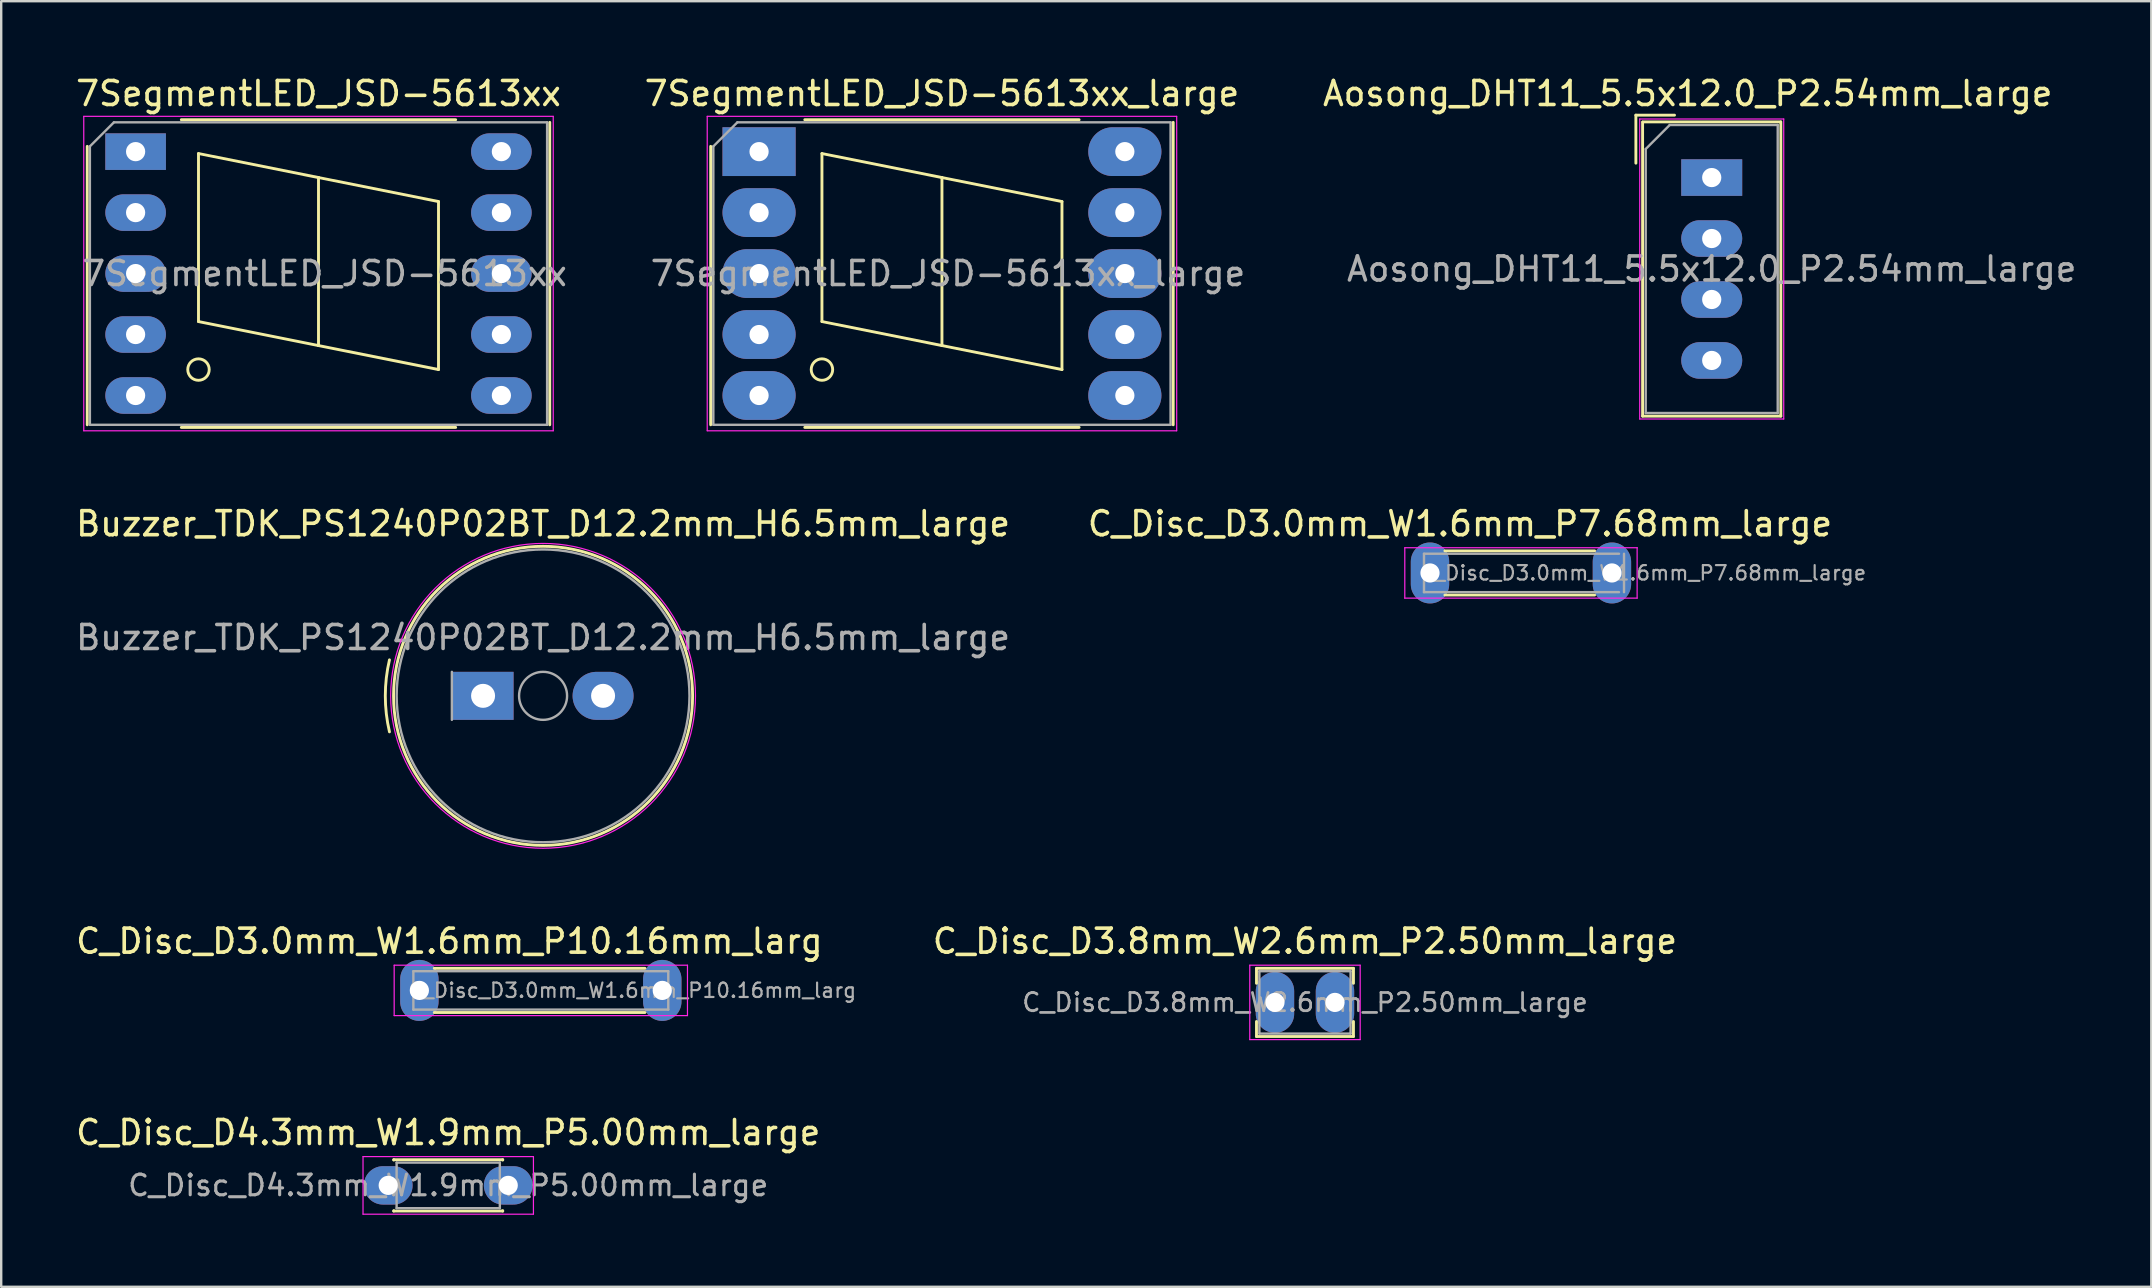
<source format=kicad_pcb>
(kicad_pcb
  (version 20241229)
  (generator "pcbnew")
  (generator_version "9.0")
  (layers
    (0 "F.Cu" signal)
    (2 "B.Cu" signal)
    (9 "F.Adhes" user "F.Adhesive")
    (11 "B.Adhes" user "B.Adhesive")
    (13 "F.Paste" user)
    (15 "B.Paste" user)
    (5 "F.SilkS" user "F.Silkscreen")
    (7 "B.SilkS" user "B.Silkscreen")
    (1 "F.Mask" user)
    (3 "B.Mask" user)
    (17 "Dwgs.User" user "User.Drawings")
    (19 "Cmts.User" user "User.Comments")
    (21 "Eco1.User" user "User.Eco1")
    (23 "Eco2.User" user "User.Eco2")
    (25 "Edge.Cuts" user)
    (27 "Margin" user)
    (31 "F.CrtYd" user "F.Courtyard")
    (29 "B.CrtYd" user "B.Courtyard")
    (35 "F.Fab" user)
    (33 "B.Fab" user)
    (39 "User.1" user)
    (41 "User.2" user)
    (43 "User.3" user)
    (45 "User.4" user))
  (footprint "C_Disc_D3.8mm_W2.6mm_P2.50mm_large"
    (layer "F.Cu")
    (at 50.071 38.715)
    (property "Reference" "C_Disc_D3.8mm_W2.6mm_P2.50mm_large" (at 1.25 -2.55 0) (layer "F.SilkS") (effects (font (size 1 1) (thickness 0.15))))
    (attr through_hole)
    (fp_line (start -0.77 -1.42) (end -0.77 -0.795) (stroke (width 0.12) (type solid)) (layer "F.SilkS"))
    (fp_line (start -0.77 -1.42) (end 3.27 -1.42) (stroke (width 0.12) (type solid)) (layer "F.SilkS"))
    (fp_line (start -0.77 0.795) (end -0.77 1.42) (stroke (width 0.12) (type solid)) (layer "F.SilkS"))
    (fp_line (start -0.77 1.42) (end 3.27 1.42) (stroke (width 0.12) (type solid)) (layer "F.SilkS"))
    (fp_line (start 3.27 -1.42) (end 3.27 -0.795) (stroke (width 0.12) (type solid)) (layer "F.SilkS"))
    (fp_line (start 3.27 0.795) (end 3.27 1.42) (stroke (width 0.12) (type solid)) (layer "F.SilkS"))
    (fp_line (start -1.05 -1.55) (end -1.05 1.55) (stroke (width 0.05) (type solid)) (layer "F.CrtYd"))
    (fp_line (start -1.05 1.55) (end 3.55 1.55) (stroke (width 0.05) (type solid)) (layer "F.CrtYd"))
    (fp_line (start 3.55 -1.55) (end -1.05 -1.55) (stroke (width 0.05) (type solid)) (layer "F.CrtYd"))
    (fp_line (start 3.55 1.55) (end 3.55 -1.55) (stroke (width 0.05) (type solid)) (layer "F.CrtYd"))
    (fp_line (start -0.65 -1.3) (end -0.65 1.3) (stroke (width 0.1) (type solid)) (layer "F.Fab"))
    (fp_line (start -0.65 1.3) (end 3.15 1.3) (stroke (width 0.1) (type solid)) (layer "F.Fab"))
    (fp_line (start 3.15 -1.3) (end -0.65 -1.3) (stroke (width 0.1) (type solid)) (layer "F.Fab"))
    (fp_line (start 3.15 1.3) (end 3.15 -1.3) (stroke (width 0.1) (type solid)) (layer "F.Fab"))
    (fp_text user "${REFERENCE}" (at 1.25 0 0) (layer "F.Fab") (effects (font (size 0.76 0.76) (thickness 0.114))))
    (pad "1" thru_hole oval (at 0 0) (size 1.6 2.54) (drill 0.8) (layers "*.Cu" "*.Mask"))
    (pad "2" thru_hole oval (at 2.5 0) (size 1.6 2.54) (drill 0.8) (layers "*.Cu" "*.Mask")))
  (footprint "C_Disc_D3.0mm_W1.6mm_P7.68mm_large"
    (layer "F.Cu")
    (at 56.53 20.822)
    (property "Reference" "C_Disc_D3.0mm_W1.6mm_P7.68mm_large" (at 1.25 -2.05 0) (layer "F.SilkS") (effects (font (size 1 1) (thickness 0.15))))
    (attr through_hole)
    (fp_line (start 0.621 -0.92) (end 6.858 -0.92) (stroke (width 0.12) (type solid)) (layer "F.SilkS"))
    (fp_line (start 0.621 0.92) (end 6.858 0.92) (stroke (width 0.12) (type solid)) (layer "F.SilkS"))
    (fp_line (start -1.05 -1.05) (end -1.05 1.05) (stroke (width 0.05) (type solid)) (layer "F.CrtYd"))
    (fp_line (start -1.05 1.05) (end 8.63 1.05) (stroke (width 0.05) (type solid)) (layer "F.CrtYd"))
    (fp_line (start 8.63 1.05) (end 8.63 -1.05) (stroke (width 0.05) (type solid)) (layer "F.CrtYd"))
    (fp_line (start 8.636 -1.05) (end -1.05 -1.05) (stroke (width 0.05) (type solid)) (layer "F.CrtYd"))
    (fp_line (start -0.25 -0.8) (end -0.25 0.8) (stroke (width 0.1) (type solid)) (layer "F.Fab"))
    (fp_line (start -0.25 0.8) (end 7.874 0.8) (stroke (width 0.1) (type solid)) (layer "F.Fab"))
    (fp_line (start 7.874 -0.8) (end -0.25 -0.8) (stroke (width 0.1) (type solid)) (layer "F.Fab"))
    (fp_line (start 8.084 0.8) (end 8.084 -0.8) (stroke (width 0.1) (type solid)) (layer "F.Fab"))
    (fp_text user "${REFERENCE}" (at 8.87 0 0) (layer "F.Fab") (effects (font (size 0.6 0.6) (thickness 0.09))))
    (pad "1" thru_hole oval (at 0 0) (size 1.6 2.54) (drill 0.8) (layers "*.Cu" "*.Mask"))
    (pad "2" thru_hole oval (at 7.58 0) (size 1.6 2.54) (drill 0.8) (layers "*.Cu" "*.Mask")))
  (footprint "C_Disc_D4.3mm_W1.9mm_P5.00mm_large"
    (layer "F.Cu")
    (at 13.125 46.338)
    (property "Reference" "C_Disc_D4.3mm_W1.9mm_P5.00mm_large" (at 2.5 -2.2 0) (layer "F.SilkS") (effects (font (size 1 1) (thickness 0.15))))
    (attr through_hole)
    (fp_line (start 0.23 -1.07) (end 0.23 -1.055) (stroke (width 0.12) (type solid)) (layer "F.SilkS"))
    (fp_line (start 0.23 -1.07) (end 4.77 -1.07) (stroke (width 0.12) (type solid)) (layer "F.SilkS"))
    (fp_line (start 0.23 1.055) (end 0.23 1.07) (stroke (width 0.12) (type solid)) (layer "F.SilkS"))
    (fp_line (start 0.23 1.07) (end 4.77 1.07) (stroke (width 0.12) (type solid)) (layer "F.SilkS"))
    (fp_line (start 4.77 -1.07) (end 4.77 -1.055) (stroke (width 0.12) (type solid)) (layer "F.SilkS"))
    (fp_line (start 4.77 1.055) (end 4.77 1.07) (stroke (width 0.12) (type solid)) (layer "F.SilkS"))
    (fp_line (start -1.05 -1.2) (end -1.05 1.2) (stroke (width 0.05) (type solid)) (layer "F.CrtYd"))
    (fp_line (start -1.05 1.2) (end 6.05 1.2) (stroke (width 0.05) (type solid)) (layer "F.CrtYd"))
    (fp_line (start 6.05 -1.2) (end -1.05 -1.2) (stroke (width 0.05) (type solid)) (layer "F.CrtYd"))
    (fp_line (start 6.05 1.2) (end 6.05 -1.2) (stroke (width 0.05) (type solid)) (layer "F.CrtYd"))
    (fp_line (start 0.35 -0.95) (end 0.35 0.95) (stroke (width 0.1) (type solid)) (layer "F.Fab"))
    (fp_line (start 0.35 0.95) (end 4.65 0.95) (stroke (width 0.1) (type solid)) (layer "F.Fab"))
    (fp_line (start 4.65 -0.95) (end 0.35 -0.95) (stroke (width 0.1) (type solid)) (layer "F.Fab"))
    (fp_line (start 4.65 0.95) (end 4.65 -0.95) (stroke (width 0.1) (type solid)) (layer "F.Fab"))
    (fp_text user "${REFERENCE}" (at 2.5 0 0) (layer "F.Fab") (effects (font (size 0.86 0.86) (thickness 0.129))))
    (pad "1" thru_hole oval (at 0 0) (size 2.032 1.6) (drill 0.8) (layers "*.Cu" "*.Mask"))
    (pad "2" thru_hole oval (at 5 0) (size 2.032 1.6) (drill 0.8) (layers "*.Cu" "*.Mask")))
  (footprint "7SegmentLED_JSD-5613xx"
    (layer "F.Cu")
    (at 2.6 3.268)
    (property "Reference" "7SegmentLED_JSD-5613xx" (at 7.62 -2.42 0) (layer "F.SilkS") (effects (font (size 1 1) (thickness 0.15))))
    (attr through_hole)
    (fp_line (start -2.015 -0.22) (end -2.015 11.38) (stroke (width 0.12) (type solid)) (layer "F.SilkS"))
    (fp_line (start 1.905 -1.33) (end 13.335 -1.33) (stroke (width 0.12) (type solid)) (layer "F.SilkS"))
    (fp_line (start 1.905 11.49) (end 13.335 11.49) (stroke (width 0.12) (type solid)) (layer "F.SilkS"))
    (fp_line (start 2.62 0.08) (end 2.62 7.08) (stroke (width 0.12) (type solid)) (layer "F.SilkS"))
    (fp_line (start 2.62 7.08) (end 7.62 8.08) (stroke (width 0.12) (type solid)) (layer "F.SilkS"))
    (fp_line (start 7.62 1.08) (end 2.62 0.08) (stroke (width 0.12) (type solid)) (layer "F.SilkS"))
    (fp_line (start 7.62 8.08) (end 7.62 1.08) (stroke (width 0.12) (type solid)) (layer "F.SilkS"))
    (fp_line (start 12.62 2.08) (end 7.62 1.08) (stroke (width 0.12) (type solid)) (layer "F.SilkS"))
    (fp_line (start 12.62 2.08) (end 12.62 9.08) (stroke (width 0.12) (type solid)) (layer "F.SilkS"))
    (fp_line (start 12.62 9.08) (end 7.62 8.08) (stroke (width 0.12) (type solid)) (layer "F.SilkS"))
    (fp_line (start 17.255 11.38) (end 17.255 -1.22) (stroke (width 0.12) (type solid)) (layer "F.SilkS"))
    (fp_circle (center 2.62 9.08) (end 3.067 9.08) (stroke (width 0.12) (type solid)) (fill no) (layer "F.SilkS"))
    (fp_line (start -2.16 -1.47) (end -2.16 11.63) (stroke (width 0.05) (type solid)) (layer "F.CrtYd"))
    (fp_line (start -2.16 -1.47) (end 17.4 -1.47) (stroke (width 0.05) (type solid)) (layer "F.CrtYd"))
    (fp_line (start -2.16 11.63) (end 17.4 11.63) (stroke (width 0.05) (type solid)) (layer "F.CrtYd"))
    (fp_line (start 17.4 -1.47) (end 17.4 11.63) (stroke (width 0.05) (type solid)) (layer "F.CrtYd"))
    (fp_line (start -1.905 -0.22) (end -1.905 11.38) (stroke (width 0.1) (type solid)) (layer "F.Fab"))
    (fp_line (start -1.905 11.38) (end 17.145 11.38) (stroke (width 0.1) (type solid)) (layer "F.Fab"))
    (fp_line (start -0.905 -1.22) (end -1.905 -0.22) (stroke (width 0.1) (type solid)) (layer "F.Fab"))
    (fp_line (start -0.905 -1.22) (end 17.145 -1.22) (stroke (width 0.1) (type solid)) (layer "F.Fab"))
    (fp_line (start 17.145 11.38) (end 17.145 -1.22) (stroke (width 0.1) (type solid)) (layer "F.Fab"))
    (fp_text user "${REFERENCE}" (at 7.87 5.08 0) (layer "F.Fab") (effects (font (size 1 1) (thickness 0.15))))
    (pad "1" thru_hole rect (at 0 0 270) (size 1.524 2.524) (drill 0.8) (layers "*.Cu" "*.Mask"))
    (pad "2" thru_hole oval (at 0 2.54 270) (size 1.524 2.524) (drill 0.8) (layers "*.Cu" "*.Mask"))
    (pad "3" thru_hole oval (at 0 5.08 270) (size 1.524 2.524) (drill 0.8) (layers "*.Cu" "*.Mask"))
    (pad "4" thru_hole oval (at 0 7.62 270) (size 1.524 2.524) (drill 0.8) (layers "*.Cu" "*.Mask"))
    (pad "5" thru_hole oval (at 0 10.16 270) (size 1.524 2.524) (drill 0.8) (layers "*.Cu" "*.Mask"))
    (pad "6" thru_hole oval (at 15.24 10.16 270) (size 1.524 2.524) (drill 0.8) (layers "*.Cu" "*.Mask"))
    (pad "7" thru_hole oval (at 15.24 7.62 270) (size 1.524 2.524) (drill 0.8) (layers "*.Cu" "*.Mask"))
    (pad "8" thru_hole oval (at 15.24 5.08 270) (size 1.524 2.524) (drill 0.8) (layers "*.Cu" "*.Mask"))
    (pad "9" thru_hole oval (at 15.24 2.54 270) (size 1.524 2.524) (drill 0.8) (layers "*.Cu" "*.Mask"))
    (pad "10" thru_hole oval (at 15.24 0 270) (size 1.524 2.524) (drill 0.8) (layers "*.Cu" "*.Mask")))
  (footprint "Buzzer_TDK_PS1240P02BT_D12.2mm_H6.5mm_large"
    (layer "F.Cu")
    (at 17.077 25.942)
    (property "Reference" "Buzzer_TDK_PS1240P02BT_D12.2mm_H6.5mm_large" (at 2.5 -7.17 0) (layer "F.SilkS") (effects (font (size 1 1) (thickness 0.15))))
    (attr through_hole)
    (fp_arc (start -3.9 1.499999) (mid -4.073431 0) (end -3.9 -1.5) (stroke (width 0.12) (type solid)) (layer "F.SilkS"))
    (fp_circle (center 2.5 0) (end 8.73 0) (stroke (width 0.12) (type solid)) (fill no) (layer "F.SilkS"))
    (fp_circle (center 2.5 0) (end 8.85 0) (stroke (width 0.05) (type solid)) (fill no) (layer "F.CrtYd"))
    (fp_line (start -1.3 -1) (end -1.3 1) (stroke (width 0.1) (type solid)) (layer "F.Fab"))
    (fp_circle (center 2.5 0) (end 3.5 0) (stroke (width 0.1) (type solid)) (fill no) (layer "F.Fab"))
    (fp_circle (center 2.5 0) (end 8.6 0) (stroke (width 0.1) (type solid)) (fill no) (layer "F.Fab"))
    (fp_text user "${REFERENCE}" (at 2.5 -2.43 0) (layer "F.Fab") (effects (font (size 1 1) (thickness 0.15))))
    (pad "1" thru_hole rect (at 0 0) (size 2.54 2) (drill 1) (layers "*.Cu" "*.Mask"))
    (pad "2" thru_hole oval (at 5 0) (size 2.54 2) (drill 1) (layers "*.Cu" "*.Mask")))
  (footprint "Aosong_DHT11_5.5x12.0_P2.54mm_large"
    (layer "F.Cu")
    (at 68.268 4.348)
    (property "Reference" "Aosong_DHT11_5.5x12.0_P2.54mm_large" (at -1 -3.5 0) (layer "F.SilkS") (effects (font (size 1 1) (thickness 0.15))))
    (attr through_hole)
    (fp_line (start -3.16 -2.6) (end -3.16 -0.6) (stroke (width 0.12) (type solid)) (layer "F.SilkS"))
    (fp_line (start -3.16 -2.6) (end -1.55 -2.6) (stroke (width 0.12) (type solid)) (layer "F.SilkS"))
    (fp_line (start -2.88 9.94) (end -2.88 -2.31) (stroke (width 0.12) (type solid)) (layer "F.SilkS"))
    (fp_line (start -2.87 -2.32) (end 2.87 -2.32) (stroke (width 0.12) (type solid)) (layer "F.SilkS"))
    (fp_line (start 2.88 -2.32) (end 2.88 9.94) (stroke (width 0.12) (type solid)) (layer "F.SilkS"))
    (fp_line (start 2.88 9.94) (end -2.88 9.94) (stroke (width 0.12) (type solid)) (layer "F.SilkS"))
    (fp_line (start -3 -2.44) (end 3 -2.44) (stroke (width 0.05) (type solid)) (layer "F.CrtYd"))
    (fp_line (start -3 10.06) (end -3 -2.44) (stroke (width 0.05) (type solid)) (layer "F.CrtYd"))
    (fp_line (start 3 -2.44) (end 3 10.06) (stroke (width 0.05) (type solid)) (layer "F.CrtYd"))
    (fp_line (start 3 10.06) (end -3 10.06) (stroke (width 0.05) (type solid)) (layer "F.CrtYd"))
    (fp_line (start -2.75 -1.19) (end -2.75 9.81) (stroke (width 0.1) (type solid)) (layer "F.Fab"))
    (fp_line (start -2.75 -1.19) (end -1.75 -2.19) (stroke (width 0.1) (type solid)) (layer "F.Fab"))
    (fp_line (start -1.75 -2.19) (end 2.75 -2.19) (stroke (width 0.1) (type solid)) (layer "F.Fab"))
    (fp_line (start 2.75 -2.19) (end 2.75 9.81) (stroke (width 0.1) (type solid)) (layer "F.Fab"))
    (fp_line (start 2.75 9.81) (end -2.75 9.81) (stroke (width 0.1) (type solid)) (layer "F.Fab"))
    (fp_text user "${REFERENCE}" (at 0 3.81 0) (layer "F.Fab") (effects (font (size 1 1) (thickness 0.15))))
    (pad "1" thru_hole rect (at 0 0) (size 2.54 1.524) (drill 0.8) (layers "*.Cu" "*.Mask"))
    (pad "2" thru_hole oval (at 0 2.54) (size 2.54 1.524) (drill 0.8) (layers "*.Cu" "*.Mask"))
    (pad "3" thru_hole oval (at 0 5.08) (size 2.54 1.524) (drill 0.8) (layers "*.Cu" "*.Mask"))
    (pad "4" thru_hole oval (at 0 7.62) (size 2.54 1.524) (drill 0.8) (layers "*.Cu" "*.Mask")))
  (footprint "C_Disc_D3.0mm_W1.6mm_P10.16mm_larg"
    (layer "F.Cu")
    (at 14.423 38.215)
    (property "Reference" "C_Disc_D3.0mm_W1.6mm_P10.16mm_larg" (at 1.25 -2.05 0) (layer "F.SilkS") (effects (font (size 1 1) (thickness 0.15))))
    (attr through_hole)
    (fp_line (start 0.621 -0.92) (end 9.398 -0.92) (stroke (width 0.12) (type solid)) (layer "F.SilkS"))
    (fp_line (start 0.621 0.92) (end 9.398 0.92) (stroke (width 0.12) (type solid)) (layer "F.SilkS"))
    (fp_line (start -1.05 -1.05) (end -1.05 1.05) (stroke (width 0.05) (type solid)) (layer "F.CrtYd"))
    (fp_line (start -1.05 1.05) (end 11.17 1.05) (stroke (width 0.05) (type solid)) (layer "F.CrtYd"))
    (fp_line (start 11.17 -1.05) (end -1.05 -1.05) (stroke (width 0.05) (type solid)) (layer "F.CrtYd"))
    (fp_line (start 11.17 1.05) (end 11.17 -1.05) (stroke (width 0.05) (type solid)) (layer "F.CrtYd"))
    (fp_line (start -0.25 -0.8) (end -0.25 0.8) (stroke (width 0.1) (type solid)) (layer "F.Fab"))
    (fp_line (start -0.25 0.8) (end 10.37 0.8) (stroke (width 0.1) (type solid)) (layer "F.Fab"))
    (fp_line (start 10.37 -0.8) (end -0.25 -0.8) (stroke (width 0.1) (type solid)) (layer "F.Fab"))
    (fp_line (start 10.37 0.8) (end 10.37 -0.8) (stroke (width 0.1) (type solid)) (layer "F.Fab"))
    (fp_text user "${REFERENCE}" (at 8.87 0 0) (layer "F.Fab") (effects (font (size 0.6 0.6) (thickness 0.09))))
    (pad "1" thru_hole oval (at 0 0) (size 1.6 2.54) (drill 0.8) (layers "*.Cu" "*.Mask"))
    (pad "2" thru_hole oval (at 10.12 0) (size 1.6 2.54) (drill 0.8) (layers "*.Cu" "*.Mask")))
  (footprint "7SegmentLED_JSD-5613xx_large"
    (layer "F.Cu")
    (at 28.576 3.268)
    (property "Reference" "7SegmentLED_JSD-5613xx_large" (at 7.62 -2.42 0) (layer "F.SilkS") (effects (font (size 1 1) (thickness 0.15))))
    (attr through_hole)
    (fp_line (start -2.015 -0.22) (end -2.015 11.38) (stroke (width 0.12) (type solid)) (layer "F.SilkS"))
    (fp_line (start 1.905 -1.33) (end 13.335 -1.33) (stroke (width 0.12) (type solid)) (layer "F.SilkS"))
    (fp_line (start 1.905 11.49) (end 13.335 11.49) (stroke (width 0.12) (type solid)) (layer "F.SilkS"))
    (fp_line (start 2.62 0.08) (end 2.62 7.08) (stroke (width 0.12) (type solid)) (layer "F.SilkS"))
    (fp_line (start 2.62 7.08) (end 7.62 8.08) (stroke (width 0.12) (type solid)) (layer "F.SilkS"))
    (fp_line (start 7.62 1.08) (end 2.62 0.08) (stroke (width 0.12) (type solid)) (layer "F.SilkS"))
    (fp_line (start 7.62 8.08) (end 7.62 1.08) (stroke (width 0.12) (type solid)) (layer "F.SilkS"))
    (fp_line (start 12.62 2.08) (end 7.62 1.08) (stroke (width 0.12) (type solid)) (layer "F.SilkS"))
    (fp_line (start 12.62 2.08) (end 12.62 9.08) (stroke (width 0.12) (type solid)) (layer "F.SilkS"))
    (fp_line (start 12.62 9.08) (end 7.62 8.08) (stroke (width 0.12) (type solid)) (layer "F.SilkS"))
    (fp_line (start 17.255 11.38) (end 17.255 -1.22) (stroke (width 0.12) (type solid)) (layer "F.SilkS"))
    (fp_circle (center 2.62 9.08) (end 3.067 9.08) (stroke (width 0.12) (type solid)) (fill no) (layer "F.SilkS"))
    (fp_line (start -2.16 -1.47) (end -2.16 11.63) (stroke (width 0.05) (type solid)) (layer "F.CrtYd"))
    (fp_line (start -2.16 -1.47) (end 17.4 -1.47) (stroke (width 0.05) (type solid)) (layer "F.CrtYd"))
    (fp_line (start -2.16 11.63) (end 17.4 11.63) (stroke (width 0.05) (type solid)) (layer "F.CrtYd"))
    (fp_line (start 17.4 -1.47) (end 17.4 11.63) (stroke (width 0.05) (type solid)) (layer "F.CrtYd"))
    (fp_line (start -1.905 -0.22) (end -1.905 11.38) (stroke (width 0.1) (type solid)) (layer "F.Fab"))
    (fp_line (start -1.905 11.38) (end 17.145 11.38) (stroke (width 0.1) (type solid)) (layer "F.Fab"))
    (fp_line (start -0.905 -1.22) (end -1.905 -0.22) (stroke (width 0.1) (type solid)) (layer "F.Fab"))
    (fp_line (start -0.905 -1.22) (end 17.145 -1.22) (stroke (width 0.1) (type solid)) (layer "F.Fab"))
    (fp_line (start 17.145 11.38) (end 17.145 -1.22) (stroke (width 0.1) (type solid)) (layer "F.Fab"))
    (fp_text user "${REFERENCE}" (at 7.87 5.08 0) (layer "F.Fab") (effects (font (size 1 1) (thickness 0.15))))
    (pad "1" thru_hole rect (at 0 0 270) (size 2.032 3.048) (drill 0.8) (layers "*.Cu" "*.Mask"))
    (pad "2" thru_hole oval (at 0 2.54 270) (size 2.032 3.048) (drill 0.8) (layers "*.Cu" "*.Mask"))
    (pad "3" thru_hole oval (at 0 5.08 270) (size 2.032 3.048) (drill 0.8) (layers "*.Cu" "*.Mask"))
    (pad "4" thru_hole oval (at 0 7.62 270) (size 2.032 3.048) (drill 0.8) (layers "*.Cu" "*.Mask"))
    (pad "5" thru_hole oval (at 0 10.16 270) (size 2.032 3.048) (drill 0.8) (layers "*.Cu" "*.Mask"))
    (pad "6" thru_hole oval (at 15.24 10.16 270) (size 2.032 3.048) (drill 0.8) (layers "*.Cu" "*.Mask"))
    (pad "7" thru_hole oval (at 15.24 7.62 270) (size 2.032 3.048) (drill 0.8) (layers "*.Cu" "*.Mask"))
    (pad "8" thru_hole oval (at 15.24 5.08 270) (size 2.032 3.048) (drill 0.8) (layers "*.Cu" "*.Mask"))
    (pad "9" thru_hole oval (at 15.24 2.54 270) (size 2.032 3.048) (drill 0.8) (layers "*.Cu" "*.Mask"))
    (pad "10" thru_hole oval (at 15.24 0 270) (size 2.032 3.048) (drill 0.8) (layers "*.Cu" "*.Mask")))
  (gr_rect
    (start -3 -3)
    (end 86.583 50.563)
    (stroke (width 0.1) (type default))
    (fill no)
    (layer "Edge.Cuts")))
</source>
